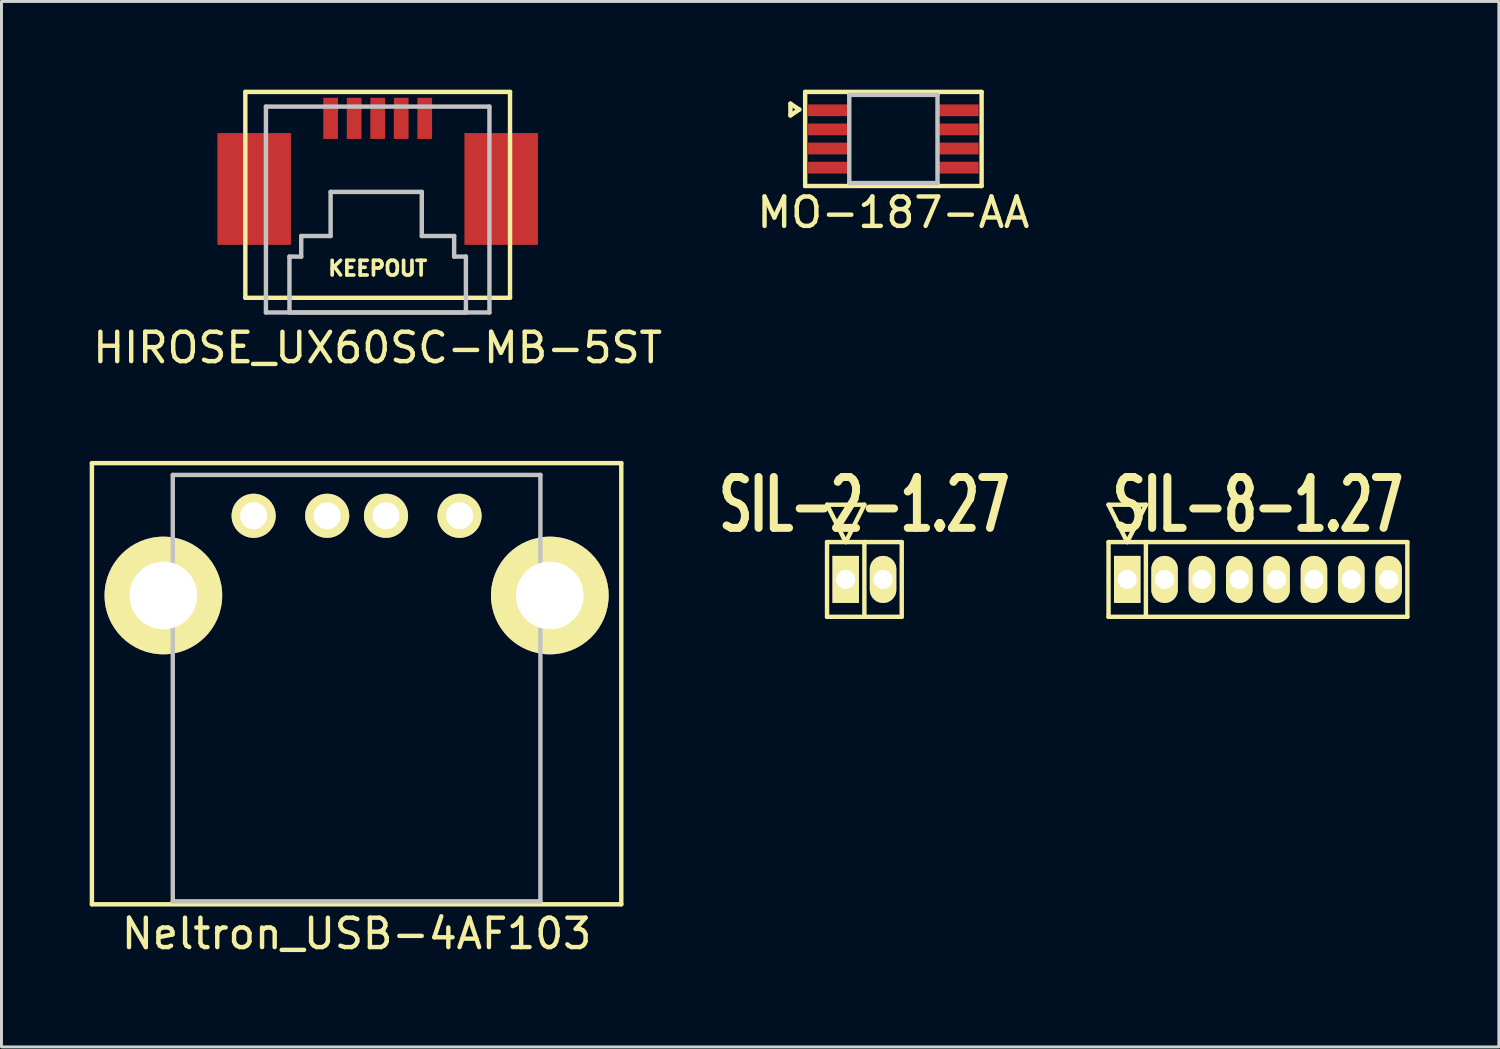
<source format=kicad_pcb>
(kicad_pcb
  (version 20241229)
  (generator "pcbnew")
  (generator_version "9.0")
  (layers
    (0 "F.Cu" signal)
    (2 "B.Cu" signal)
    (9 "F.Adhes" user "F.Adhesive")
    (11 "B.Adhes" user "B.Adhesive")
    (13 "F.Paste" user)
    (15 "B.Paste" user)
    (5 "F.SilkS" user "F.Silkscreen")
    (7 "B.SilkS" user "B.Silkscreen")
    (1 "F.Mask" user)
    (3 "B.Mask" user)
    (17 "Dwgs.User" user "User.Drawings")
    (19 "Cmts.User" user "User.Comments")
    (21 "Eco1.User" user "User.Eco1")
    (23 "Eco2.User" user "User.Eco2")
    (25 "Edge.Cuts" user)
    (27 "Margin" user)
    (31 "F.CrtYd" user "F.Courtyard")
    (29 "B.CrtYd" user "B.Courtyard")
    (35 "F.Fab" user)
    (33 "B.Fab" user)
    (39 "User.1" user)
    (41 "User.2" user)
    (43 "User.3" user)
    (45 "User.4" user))
  (footprint "HIROSE_UX60SC-MB-5ST"
    (layer "F.Cu")
    (at 9.792 7.075)
    (property "Reference" "HIROSE_UX60SC-MB-5ST" (at 0 1.7 0) (layer "F.SilkS") (effects (font (size 1 1) (thickness 0.15))))
    (attr through_hole)
    (fp_line (start -4.5 -7) (end 4.5 -7) (stroke (width 0.15) (type solid)) (layer "F.SilkS"))
    (fp_line (start -4.5 0) (end -4.5 -7) (stroke (width 0.15) (type solid)) (layer "F.SilkS"))
    (fp_line (start 4.5 -7) (end 4.5 0) (stroke (width 0.15) (type solid)) (layer "F.SilkS"))
    (fp_line (start 4.5 0) (end -4.5 0) (stroke (width 0.15) (type solid)) (layer "F.SilkS"))
    (fp_line (start -3.8 -6.5) (end -3.8 0.5) (stroke (width 0.15) (type solid)) (layer "Dwgs.User"))
    (fp_line (start -3.8 0.5) (end 3.8 0.5) (stroke (width 0.15) (type solid)) (layer "Dwgs.User"))
    (fp_line (start -3 -1.4) (end -3 0) (stroke (width 0.15) (type solid)) (layer "Dwgs.User"))
    (fp_line (start -3 0) (end -3 0.5) (stroke (width 0.15) (type solid)) (layer "Dwgs.User"))
    (fp_line (start -3 0.5) (end 3 0.5) (stroke (width 0.15) (type solid)) (layer "Dwgs.User"))
    (fp_line (start -2.6 -2.1) (end -2.6 -1.4) (stroke (width 0.15) (type solid)) (layer "Dwgs.User"))
    (fp_line (start -2.6 -1.4) (end -3 -1.4) (stroke (width 0.15) (type solid)) (layer "Dwgs.User"))
    (fp_line (start -1.6 -3.6) (end -1.6 -2.1) (stroke (width 0.15) (type solid)) (layer "Dwgs.User"))
    (fp_line (start -1.6 -2.1) (end -2.6 -2.1) (stroke (width 0.15) (type solid)) (layer "Dwgs.User"))
    (fp_line (start 1.5 -3.6) (end -1.6 -3.6) (stroke (width 0.15) (type solid)) (layer "Dwgs.User"))
    (fp_line (start 1.5 -2.1) (end 1.5 -3.6) (stroke (width 0.15) (type solid)) (layer "Dwgs.User"))
    (fp_line (start 2.6 -2.1) (end 1.5 -2.1) (stroke (width 0.15) (type solid)) (layer "Dwgs.User"))
    (fp_line (start 2.6 -1.4) (end 2.6 -2.1) (stroke (width 0.15) (type solid)) (layer "Dwgs.User"))
    (fp_line (start 3 -1.4) (end 2.6 -1.4) (stroke (width 0.15) (type solid)) (layer "Dwgs.User"))
    (fp_line (start 3 0) (end 3 -1.4) (stroke (width 0.15) (type solid)) (layer "Dwgs.User"))
    (fp_line (start 3 0.5) (end 3 0.1) (stroke (width 0.15) (type solid)) (layer "Dwgs.User"))
    (fp_line (start 3.8 -6.5) (end -3.8 -6.5) (stroke (width 0.15) (type solid)) (layer "Dwgs.User"))
    (fp_line (start 3.8 0.5) (end 3.8 -6.5) (stroke (width 0.15) (type solid)) (layer "Dwgs.User"))
    (fp_text user "KEEPOUT" (at 0 -1 0) (layer "F.SilkS") (effects (font (size 0.5 0.5) (thickness 0.125))))
    (pad "1" smd rect (at -1.6 -6.1) (size 0.5 1.4) (layers "F.Cu" "F.Mask" "F.Paste"))
    (pad "2" smd rect (at -0.8 -6.1) (size 0.5 1.4) (layers "F.Cu" "F.Mask" "F.Paste"))
    (pad "3" smd rect (at 0 -6.1) (size 0.5 1.4) (layers "F.Cu" "F.Mask" "F.Paste"))
    (pad "4" smd rect (at 0.8 -6.1) (size 0.5 1.4) (layers "F.Cu" "F.Mask" "F.Paste"))
    (pad "5" smd rect (at 1.6 -6.1) (size 0.5 1.4) (layers "F.Cu" "F.Mask" "F.Paste"))
    (pad "6" smd rect (at -4.2 -3.7) (size 2.5 3.8) (layers "F.Cu" "F.Mask" "F.Paste"))
    (pad "7" smd rect (at 4.2 -3.7) (size 2.5 3.8) (layers "F.Cu" "F.Mask" "F.Paste")))
  (footprint "MO-187-AA"
    (layer "F.Cu")
    (at 27.327 1.675)
    (property "Reference" "MO-187-AA" (at 0 2.5 0) (layer "F.SilkS") (effects (font (size 1 1) (thickness 0.15))))
    (attr through_hole)
    (fp_line (start -3.5 -1.2) (end -3.5 -0.8) (stroke (width 0.15) (type solid)) (layer "F.SilkS"))
    (fp_line (start -3.5 -0.8) (end -3.2 -1) (stroke (width 0.15) (type solid)) (layer "F.SilkS"))
    (fp_line (start -3.2 -1) (end -3.5 -1.2) (stroke (width 0.15) (type solid)) (layer "F.SilkS"))
    (fp_line (start -3 -1.6) (end 3 -1.6) (stroke (width 0.15) (type solid)) (layer "F.SilkS"))
    (fp_line (start -3 1.6) (end -3 -1.6) (stroke (width 0.15) (type solid)) (layer "F.SilkS"))
    (fp_line (start 3 -1.6) (end 3 1.6) (stroke (width 0.15) (type solid)) (layer "F.SilkS"))
    (fp_line (start 3 1.6) (end -3 1.6) (stroke (width 0.15) (type solid)) (layer "F.SilkS"))
    (fp_line (start -1.5 -1.5) (end 1.5 -1.5) (stroke (width 0.15) (type solid)) (layer "Dwgs.User"))
    (fp_line (start -1.5 1.5) (end -1.5 -1.5) (stroke (width 0.15) (type solid)) (layer "Dwgs.User"))
    (fp_line (start 1.5 -1.5) (end 1.5 1.5) (stroke (width 0.15) (type solid)) (layer "Dwgs.User"))
    (fp_line (start 1.5 1.5) (end -1.5 1.5) (stroke (width 0.15) (type solid)) (layer "Dwgs.User"))
    (pad "1" smd rect (at -2.2 -0.975) (size 1.4 0.4) (layers "F.Cu" "F.Mask" "F.Paste"))
    (pad "2" smd rect (at -2.2 -0.325) (size 1.4 0.4) (layers "F.Cu" "F.Mask" "F.Paste"))
    (pad "3" smd rect (at -2.2 0.325) (size 1.4 0.4) (layers "F.Cu" "F.Mask" "F.Paste"))
    (pad "4" smd rect (at -2.2 0.975) (size 1.4 0.4) (layers "F.Cu" "F.Mask" "F.Paste"))
    (pad "5" smd rect (at 2.2 0.975) (size 1.4 0.4) (layers "F.Cu" "F.Mask" "F.Paste"))
    (pad "6" smd rect (at 2.2 0.325) (size 1.4 0.4) (layers "F.Cu" "F.Mask" "F.Paste"))
    (pad "7" smd rect (at 2.2 -0.325) (size 1.4 0.4) (layers "F.Cu" "F.Mask" "F.Paste"))
    (pad "8" smd rect (at 2.2 -0.975) (size 1.4 0.4) (layers "F.Cu" "F.Mask" "F.Paste")))
  (footprint "SIL-2-1.27"
    (layer "F.Cu")
    (at 26.341 16.652)
    (property "Reference" "SIL-2-1.27" (at 0 -2.54 0) (layer "F.SilkS") (effects (font (size 1.73 1.087) (thickness 0.272))))
    (attr through_hole)
    (fp_line (start -1.27 -2.54) (end 0 -2.54) (stroke (width 0.15) (type solid)) (layer "F.SilkS"))
    (fp_line (start -1.27 -1.27) (end 0 -1.27) (stroke (width 0.15) (type solid)) (layer "F.SilkS"))
    (fp_line (start -1.27 1.27) (end -1.27 -1.27) (stroke (width 0.15) (type solid)) (layer "F.SilkS"))
    (fp_line (start -0.635 -1.27) (end -1.27 -2.54) (stroke (width 0.15) (type solid)) (layer "F.SilkS"))
    (fp_line (start 0 -2.54) (end -0.635 -1.27) (stroke (width 0.15) (type solid)) (layer "F.SilkS"))
    (fp_line (start 0 -1.27) (end 0 1.27) (stroke (width 0.15) (type solid)) (layer "F.SilkS"))
    (fp_line (start 0 -1.27) (end 1.27 -1.27) (stroke (width 0.15) (type solid)) (layer "F.SilkS"))
    (fp_line (start 0 1.27) (end -1.27 1.27) (stroke (width 0.15) (type solid)) (layer "F.SilkS"))
    (fp_line (start 1.27 -1.27) (end 1.27 1.27) (stroke (width 0.15) (type solid)) (layer "F.SilkS"))
    (fp_line (start 1.27 1.27) (end 0 1.27) (stroke (width 0.15) (type solid)) (layer "F.SilkS"))
    (pad "1" thru_hole rect (at -0.635 0) (size 0.9 1.6) (drill 0.65) (layers "*.Cu" "*.Mask" "F.SilkS"))
    (pad "2" thru_hole oval (at 0.635 0) (size 0.9 1.6) (drill 0.65) (layers "*.Cu" "*.Mask" "F.SilkS")))
  (footprint "Neltron_USB-4AF103"
    (layer "F.Cu")
    (at 9.075 17.198)
    (property "Reference" "Neltron_USB-4AF103" (at 0 11.5 0) (layer "F.SilkS") (effects (font (size 1 1) (thickness 0.15))))
    (attr through_hole)
    (fp_line (start -9 -4.5) (end -9 10.5) (stroke (width 0.15) (type solid)) (layer "F.SilkS"))
    (fp_line (start -9 10.5) (end 9 10.5) (stroke (width 0.15) (type solid)) (layer "F.SilkS"))
    (fp_line (start 9 -4.5) (end -9 -4.5) (stroke (width 0.15) (type solid)) (layer "F.SilkS"))
    (fp_line (start 9 10.5) (end 9 -4.5) (stroke (width 0.15) (type solid)) (layer "F.SilkS"))
    (fp_line (start -6.25 -4.1) (end -6.25 10.4) (stroke (width 0.15) (type solid)) (layer "Dwgs.User"))
    (fp_line (start -6.25 10.4) (end 6.25 10.4) (stroke (width 0.15) (type solid)) (layer "Dwgs.User"))
    (fp_line (start 6.25 -4.1) (end -6.25 -4.1) (stroke (width 0.15) (type solid)) (layer "Dwgs.User"))
    (fp_line (start 6.25 10.4) (end 6.25 -4.1) (stroke (width 0.15) (type solid)) (layer "Dwgs.User"))
    (pad "1" thru_hole circle (at -3.5 -2.71) (size 1.5 1.5) (drill 0.92) (layers "*.Cu" "*.Mask" "F.SilkS"))
    (pad "2" thru_hole circle (at -1 -2.71) (size 1.5 1.5) (drill 0.92) (layers "*.Cu" "*.Mask" "F.SilkS"))
    (pad "3" thru_hole circle (at 1 -2.71) (size 1.5 1.5) (drill 0.92) (layers "*.Cu" "*.Mask" "F.SilkS"))
    (pad "4" thru_hole circle (at 3.5 -2.71) (size 1.5 1.5) (drill 0.92) (layers "*.Cu" "*.Mask" "F.SilkS"))
    (pad "5" thru_hole circle (at -6.57 0) (size 4 4) (drill 2.3) (layers "*.Cu" "*.Mask" "F.SilkS"))
    (pad "6" thru_hole circle (at 6.57 0) (size 4 4) (drill 2.3) (layers "*.Cu" "*.Mask" "F.SilkS")))
  (footprint "SIL-8-1.27"
    (layer "F.Cu")
    (at 39.723 16.652)
    (property "Reference" "SIL-8-1.27" (at 0 -2.54 0) (layer "F.SilkS") (effects (font (size 1.73 1.087) (thickness 0.272))))
    (attr through_hole)
    (fp_line (start -5.08 -2.54) (end -3.81 -2.54) (stroke (width 0.15) (type solid)) (layer "F.SilkS"))
    (fp_line (start -5.08 -1.27) (end -3.81 -1.27) (stroke (width 0.15) (type solid)) (layer "F.SilkS"))
    (fp_line (start -5.08 1.27) (end -5.08 -1.27) (stroke (width 0.15) (type solid)) (layer "F.SilkS"))
    (fp_line (start -4.445 -1.27) (end -5.08 -2.54) (stroke (width 0.15) (type solid)) (layer "F.SilkS"))
    (fp_line (start -3.81 -2.54) (end -4.445 -1.27) (stroke (width 0.15) (type solid)) (layer "F.SilkS"))
    (fp_line (start -3.81 -1.27) (end -3.81 1.27) (stroke (width 0.15) (type solid)) (layer "F.SilkS"))
    (fp_line (start -3.81 -1.27) (end 5.08 -1.27) (stroke (width 0.15) (type solid)) (layer "F.SilkS"))
    (fp_line (start -3.81 1.27) (end -5.08 1.27) (stroke (width 0.15) (type solid)) (layer "F.SilkS"))
    (fp_line (start 5.08 -1.27) (end 5.08 1.27) (stroke (width 0.15) (type solid)) (layer "F.SilkS"))
    (fp_line (start 5.08 1.27) (end -3.81 1.27) (stroke (width 0.15) (type solid)) (layer "F.SilkS"))
    (pad "1" thru_hole rect (at -4.445 0) (size 0.9 1.6) (drill 0.65) (layers "*.Cu" "*.Mask" "F.SilkS"))
    (pad "2" thru_hole oval (at -3.175 0) (size 0.9 1.6) (drill 0.65) (layers "*.Cu" "*.Mask" "F.SilkS"))
    (pad "3" thru_hole oval (at -1.905 0) (size 0.9 1.6) (drill 0.65) (layers "*.Cu" "*.Mask" "F.SilkS"))
    (pad "4" thru_hole oval (at -0.635 0) (size 0.9 1.6) (drill 0.65) (layers "*.Cu" "*.Mask" "F.SilkS"))
    (pad "5" thru_hole oval (at 0.635 0) (size 0.9 1.6) (drill 0.65) (layers "*.Cu" "*.Mask" "F.SilkS"))
    (pad "6" thru_hole oval (at 1.905 0) (size 0.9 1.6) (drill 0.65) (layers "*.Cu" "*.Mask" "F.SilkS"))
    (pad "7" thru_hole oval (at 3.175 0) (size 0.9 1.6) (drill 0.65) (layers "*.Cu" "*.Mask" "F.SilkS"))
    (pad "8" thru_hole oval (at 4.445 0) (size 0.9 1.6) (drill 0.65) (layers "*.Cu" "*.Mask" "F.SilkS")))
  (gr_rect
    (start -3 -3)
    (end 47.914 32.547)
    (stroke (width 0.1) (type default))
    (fill no)
    (layer "Edge.Cuts")))
</source>
